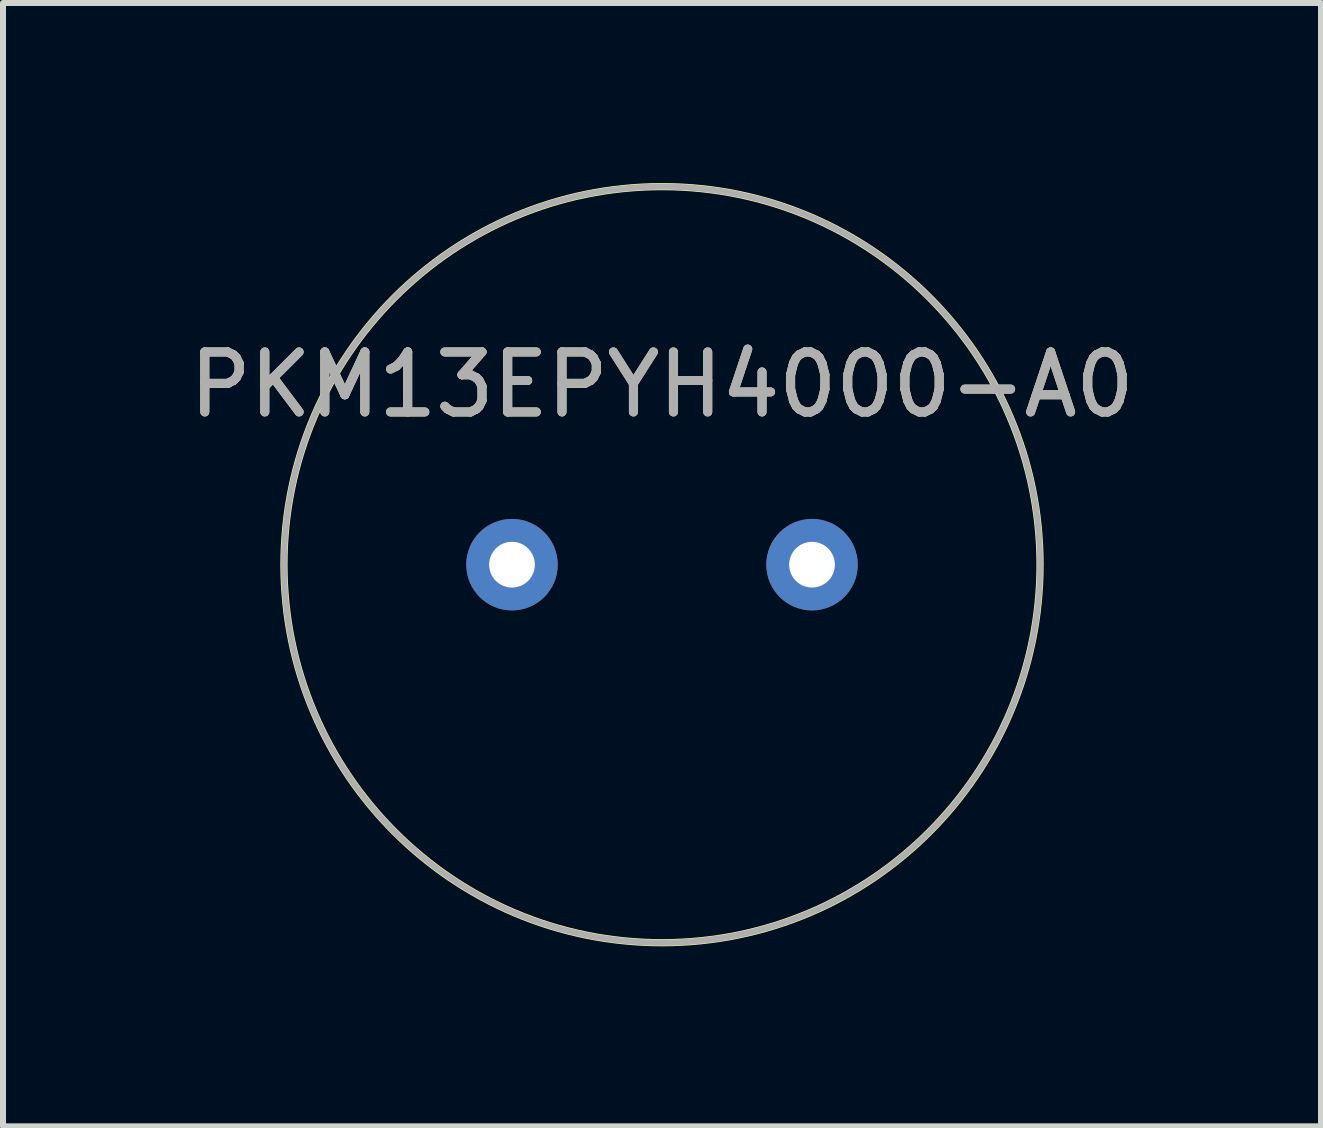
<source format=kicad_pcb>
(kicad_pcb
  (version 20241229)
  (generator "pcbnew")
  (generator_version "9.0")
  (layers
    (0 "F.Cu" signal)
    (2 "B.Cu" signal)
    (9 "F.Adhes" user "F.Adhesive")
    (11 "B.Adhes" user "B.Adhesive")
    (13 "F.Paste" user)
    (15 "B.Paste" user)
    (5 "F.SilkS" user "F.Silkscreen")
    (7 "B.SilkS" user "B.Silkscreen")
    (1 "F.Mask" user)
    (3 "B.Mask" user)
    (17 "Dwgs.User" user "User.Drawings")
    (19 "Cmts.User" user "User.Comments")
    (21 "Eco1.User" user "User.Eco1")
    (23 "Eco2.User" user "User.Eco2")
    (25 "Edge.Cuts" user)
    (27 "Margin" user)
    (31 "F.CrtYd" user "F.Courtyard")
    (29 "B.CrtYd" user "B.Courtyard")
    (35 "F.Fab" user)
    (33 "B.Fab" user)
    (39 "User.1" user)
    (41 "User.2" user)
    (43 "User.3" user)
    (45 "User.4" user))
  (footprint "PKM13EPYH4000-A0"
    (layer "F.Cu")
    (at 7.982 6.36)
    (property "Reference" "PKM13EPYH4000-A0" (at 0 -3 0) (unlocked yes) (layer "F.SilkS") (effects (font (size 1 1) (thickness 0.15))))
    (attr through_hole)
    (fp_circle (center 0 0) (end 6.3 0) (stroke (width 0.12) (type solid)) (fill no) (layer "F.SilkS"))
    (fp_circle (center 0 0) (end 6.3 0) (stroke (width 0.1) (type solid)) (fill no) (layer "F.Fab"))
    (fp_text user "${REFERENCE}" (at 0 -3 0) (unlocked yes) (layer "F.Fab") (effects (font (size 1 1) (thickness 0.15))))
    (pad "1" thru_hole circle (at -2.5 0) (size 1.524 1.524) (drill 0.762) (layers "*.Cu" "*.Mask"))
    (pad "2" thru_hole circle (at 2.5 0) (size 1.524 1.524) (drill 0.762) (layers "*.Cu" "*.Mask")))
  (gr_rect
    (start -3 -3)
    (end 18.964 15.72)
    (stroke (width 0.1) (type default))
    (fill no)
    (layer "Edge.Cuts")))
</source>
